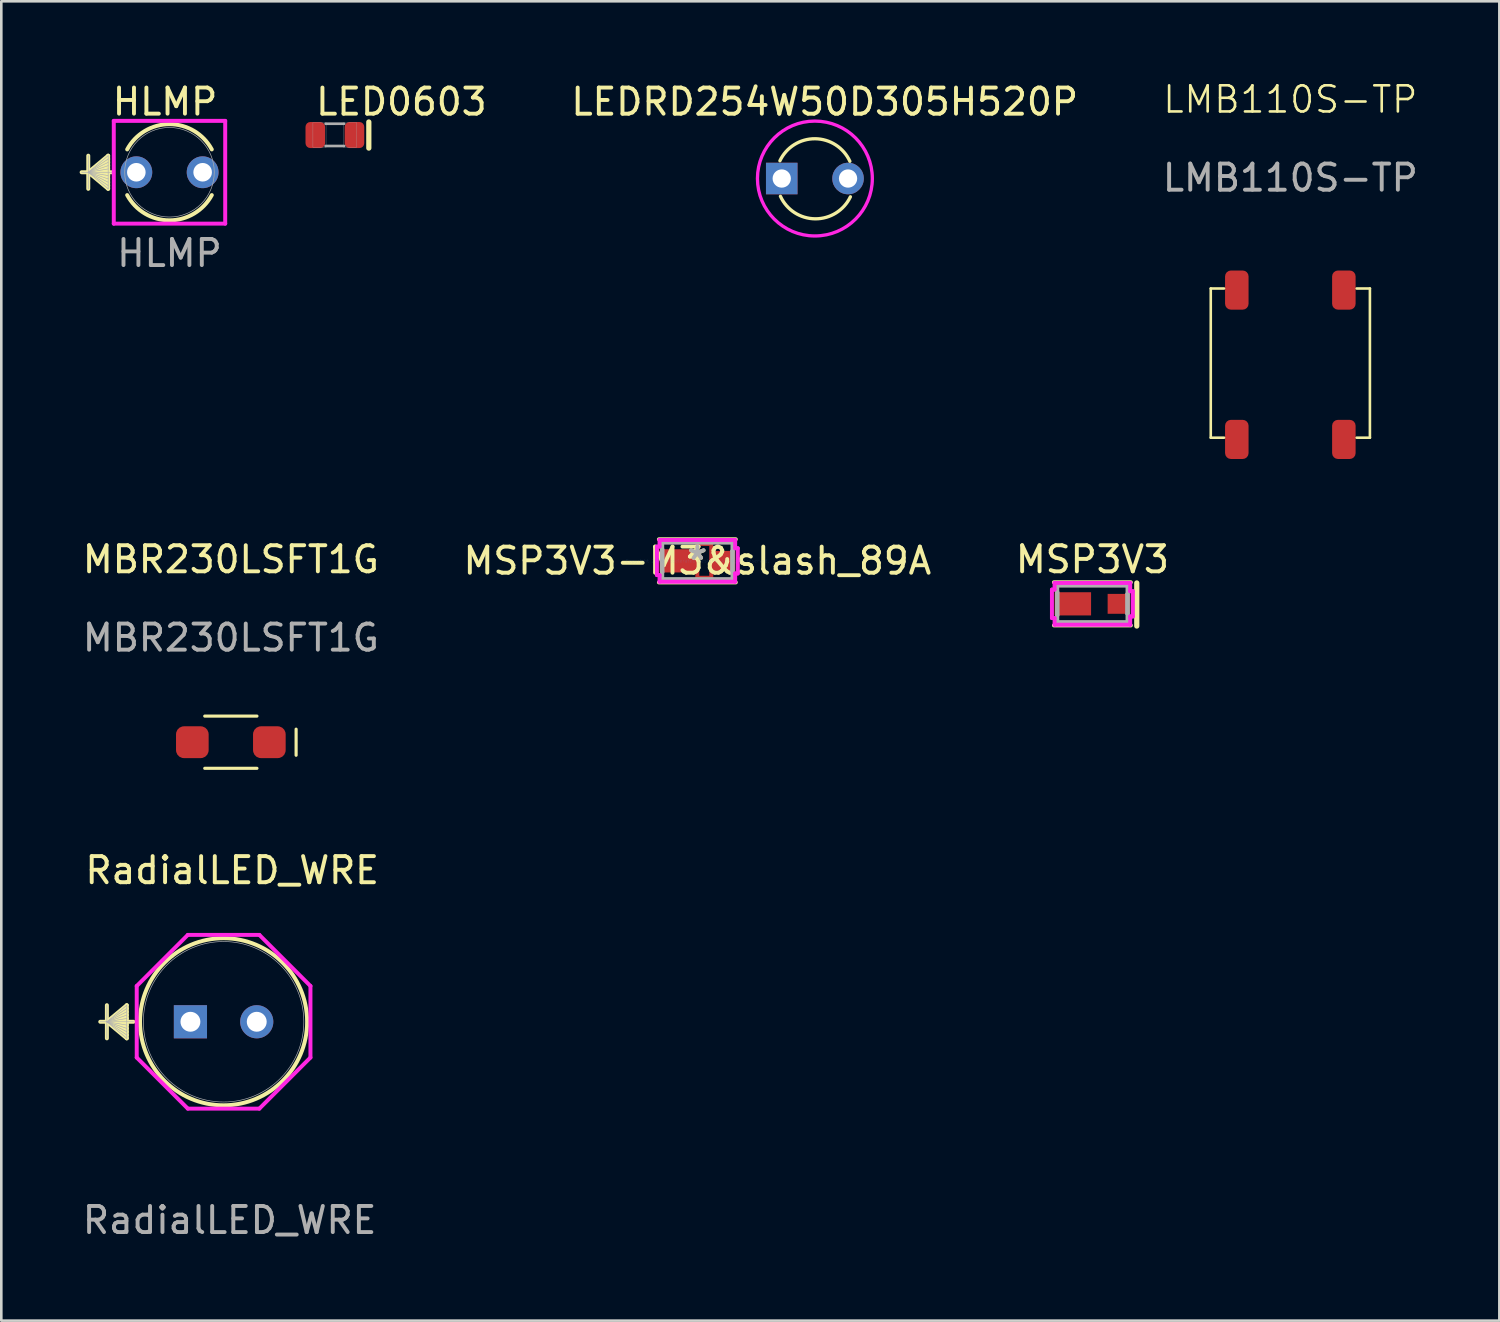
<source format=kicad_pcb>
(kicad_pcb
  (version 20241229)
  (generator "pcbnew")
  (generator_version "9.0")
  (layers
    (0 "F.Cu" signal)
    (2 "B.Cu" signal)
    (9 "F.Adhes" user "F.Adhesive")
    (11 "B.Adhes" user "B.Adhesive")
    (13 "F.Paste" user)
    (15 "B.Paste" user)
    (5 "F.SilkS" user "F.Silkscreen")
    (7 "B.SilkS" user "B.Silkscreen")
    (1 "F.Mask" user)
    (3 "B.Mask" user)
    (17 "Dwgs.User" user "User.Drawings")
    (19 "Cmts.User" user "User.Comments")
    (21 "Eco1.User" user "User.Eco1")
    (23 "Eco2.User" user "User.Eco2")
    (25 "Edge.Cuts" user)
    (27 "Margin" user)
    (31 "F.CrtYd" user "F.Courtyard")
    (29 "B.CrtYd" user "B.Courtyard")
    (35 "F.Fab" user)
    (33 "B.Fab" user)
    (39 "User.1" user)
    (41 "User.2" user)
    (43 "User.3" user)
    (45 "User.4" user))
  (footprint "LMB110S-TP"
    (layer "F.Cu")
    (at 46.374 10.921)
    (property "Reference" "LMB110S-TP" (at 0 -10.16 0) (unlocked yes) (layer "F.SilkS") (effects (font (size 1 1) (thickness 0.1))))
    (attr smd)
    (fp_line (start -3.048 -2.921) (end -3.048 2.794) (stroke (width 0.1) (type default)) (layer "F.SilkS"))
    (fp_line (start -3.048 2.794) (end -2.54 2.794) (stroke (width 0.1) (type default)) (layer "F.SilkS"))
    (fp_line (start -2.54 -2.921) (end -3.048 -2.921) (stroke (width 0.1) (type default)) (layer "F.SilkS"))
    (fp_line (start 2.54 2.794) (end 3.048 2.794) (stroke (width 0.1) (type default)) (layer "F.SilkS"))
    (fp_line (start 3.048 -2.921) (end 2.54 -2.921) (stroke (width 0.1) (type default)) (layer "F.SilkS"))
    (fp_line (start 3.048 2.794) (end 3.048 -2.921) (stroke (width 0.1) (type default)) (layer "F.SilkS"))
    (fp_text user "${REFERENCE}" (at 0 -7.16 0) (unlocked yes) (layer "F.Fab") (effects (font (size 1 1) (thickness 0.15))))
    (pad "1" smd roundrect (at 2.05 -2.86) (size 0.9 1.5) (layers "F.Cu" "F.Mask" "F.Paste") (roundrect_rratio 0.25))
    (pad "2" smd roundrect (at 2.05 2.86) (size 0.9 1.5) (layers "F.Cu" "F.Mask" "F.Paste") (roundrect_rratio 0.25))
    (pad "3" smd roundrect (at -2.05 2.86) (size 0.9 1.5) (layers "F.Cu" "F.Mask" "F.Paste") (roundrect_rratio 0.25))
    (pad "4" smd roundrect (at -2.05 -2.86) (size 0.9 1.5) (layers "F.Cu" "F.Mask" "F.Paste") (roundrect_rratio 0.25)))
  (footprint "LED0603"
    (layer "F.Cu")
    (at 9.777 2.122)
    (property "Reference" "LED0603" (at 2.547 -1.273 0) (layer "F.SilkS") (effects (font (size 1 1) (thickness 0.15))))
    (attr through_hole)
    (fp_line (start 1.3 -0.5) (end 1.3 0.5) (stroke (width 0.2) (type solid)) (layer "F.SilkS"))
    (fp_line (start -0.356 -0.432) (end 0.356 -0.432) (stroke (width 0.102) (type solid)) (layer "F.Fab"))
    (fp_line (start -0.356 0.419) (end 0.356 0.419) (stroke (width 0.102) (type solid)) (layer "F.Fab"))
    (fp_poly (pts (xy -0.841 -0.48) (xy -0.338 -0.48) (xy -0.338 0.471) (xy -0.841 0.471)) (stroke (width 0.01) (type solid)) (fill no) (layer "F.Fab"))
    (fp_poly (pts (xy 0.331 -0.48) (xy 0.83 -0.48) (xy 0.83 0.471) (xy 0.331 0.471)) (stroke (width 0.01) (type solid)) (fill no) (layer "F.Fab"))
    (pad "1" smd roundrect (at -0.75 0) (size 0.75 1) (layers "F.Cu" "F.Mask" "F.Paste") (roundrect_rratio 0.25))
    (pad "2" smd roundrect (at 0.75 0) (size 0.75 1) (layers "F.Cu" "F.Mask" "F.Paste") (roundrect_rratio 0.25)))
  (footprint "MSP3V3-M3&slash_89A"
    (layer "F.Cu")
    (at 23.661 18.432)
    (property "Reference" "MSP3V3-M3&slash_89A" (at 0 0 0) (layer "F.SilkS") (effects (font (size 1 1) (thickness 0.15))))
    (attr through_hole)
    (fp_line (start 0 -0.648) (end 0.533 -0.648) (stroke (width 0.152) (type solid)) (layer "F.Cu"))
    (fp_line (start 0 0.648) (end 0 -0.648) (stroke (width 0.152) (type solid)) (layer "F.Cu"))
    (fp_line (start 0.533 -0.648) (end 0.533 0.648) (stroke (width 0.152) (type solid)) (layer "F.Cu"))
    (fp_line (start 0.533 0.648) (end 0 0.648) (stroke (width 0.152) (type solid)) (layer "F.Cu"))
    (fp_line (start -1.473 0.826) (end 1.473 0.826) (stroke (width 0.152) (type solid)) (layer "F.SilkS"))
    (fp_line (start 1.473 -0.826) (end -1.473 -0.826) (stroke (width 0.152) (type solid)) (layer "F.SilkS"))
    (fp_line (start -1.549 -0.546) (end -1.448 -0.546) (stroke (width 0.152) (type solid)) (layer "F.CrtYd"))
    (fp_line (start -1.549 0.546) (end -1.549 -0.546) (stroke (width 0.152) (type solid)) (layer "F.CrtYd"))
    (fp_line (start -1.448 -0.8) (end 1.448 -0.8) (stroke (width 0.152) (type solid)) (layer "F.CrtYd"))
    (fp_line (start -1.448 -0.546) (end -1.448 -0.8) (stroke (width 0.152) (type solid)) (layer "F.CrtYd"))
    (fp_line (start -1.448 0.546) (end -1.549 0.546) (stroke (width 0.152) (type solid)) (layer "F.CrtYd"))
    (fp_line (start -1.448 0.8) (end -1.448 0.546) (stroke (width 0.152) (type solid)) (layer "F.CrtYd"))
    (fp_line (start 1.448 -0.8) (end 1.448 -0.483) (stroke (width 0.152) (type solid)) (layer "F.CrtYd"))
    (fp_line (start 1.448 -0.483) (end 1.549 -0.483) (stroke (width 0.152) (type solid)) (layer "F.CrtYd"))
    (fp_line (start 1.448 0.483) (end 1.448 0.8) (stroke (width 0.152) (type solid)) (layer "F.CrtYd"))
    (fp_line (start 1.448 0.8) (end -1.448 0.8) (stroke (width 0.152) (type solid)) (layer "F.CrtYd"))
    (fp_line (start 1.549 -0.483) (end 1.549 0.483) (stroke (width 0.152) (type solid)) (layer "F.CrtYd"))
    (fp_line (start 1.549 0.483) (end 1.448 0.483) (stroke (width 0.152) (type solid)) (layer "F.CrtYd"))
    (fp_line (start -1.346 -0.699) (end -1.346 0.699) (stroke (width 0.152) (type solid)) (layer "F.Fab"))
    (fp_line (start -1.346 -0.445) (end -1.346 -0.445) (stroke (width 0.152) (type solid)) (layer "F.Fab"))
    (fp_line (start -1.346 -0.445) (end -1.346 0.445) (stroke (width 0.152) (type solid)) (layer "F.Fab"))
    (fp_line (start -1.346 0.445) (end -1.346 -0.445) (stroke (width 0.152) (type solid)) (layer "F.Fab"))
    (fp_line (start -1.346 0.445) (end -1.346 0.445) (stroke (width 0.152) (type solid)) (layer "F.Fab"))
    (fp_line (start -1.346 0.699) (end 1.346 0.699) (stroke (width 0.152) (type solid)) (layer "F.Fab"))
    (fp_line (start 1.346 -0.699) (end -1.346 -0.699) (stroke (width 0.152) (type solid)) (layer "F.Fab"))
    (fp_line (start 1.346 -0.381) (end 1.346 -0.381) (stroke (width 0.152) (type solid)) (layer "F.Fab"))
    (fp_line (start 1.346 -0.381) (end 1.346 0.381) (stroke (width 0.152) (type solid)) (layer "F.Fab"))
    (fp_line (start 1.346 0.381) (end 1.346 -0.381) (stroke (width 0.152) (type solid)) (layer "F.Fab"))
    (fp_line (start 1.346 0.381) (end 1.346 0.381) (stroke (width 0.152) (type solid)) (layer "F.Fab"))
    (fp_line (start 1.346 0.699) (end 1.346 -0.699) (stroke (width 0.152) (type solid)) (layer "F.Fab"))
    (fp_text user "*" (at 0 0 0) (layer "F.SilkS") (effects (font (size 1 1) (thickness 0.15))))
    (fp_text user "Copyright 2016 Accelerated Designs. All rights reserved." (at 0 0 0) (layer "Cmts.User") (effects (font (size 0.127 0.127) (thickness 0.002))))
    (fp_text user "*" (at 0 0 0) (layer "F.Fab") (effects (font (size 1 1) (thickness 0.15))))
    (pad "1" smd rect (at -0.749 0) (size 1.397 0.889) (layers "F.Cu" "F.Mask" "F.Paste"))
    (pad "2" smd rect (at 1.016 0) (size 0.864 0.762) (layers "F.Cu" "F.Mask" "F.Paste")))
  (footprint "LEDRD254W50D305H520P"
    (layer "F.Cu")
    (at 28.163 3.788)
    (property "Reference" "LEDRD254W50D305H520P" (at 0.376 -2.939 0) (layer "F.SilkS") (effects (font (size 1.001 1.001) (thickness 0.15))))
    (attr through_hole)
    (fp_arc (start -1.34 -0.68) (mid 0.006371 -1.523674) (end 1.34 -0.66) (stroke (width 0.127) (type solid)) (layer "F.SilkS"))
    (fp_arc (start 1.36 0.7) (mid 0.013629 1.543674) (end -1.32 0.68) (stroke (width 0.127) (type solid)) (layer "F.SilkS"))
    (fp_circle (center 0 0) (end 2.2 0) (stroke (width 0.127) (type solid)) (fill no) (layer "F.CrtYd"))
    (pad "1" thru_hole rect (at -1.27 0) (size 1.208 1.208) (drill 0.7) (layers "*.Cu" "*.Mask"))
    (pad "2" thru_hole circle (at 1.27 0) (size 1.208 1.208) (drill 0.7) (layers "*.Cu" "*.Mask")))
  (footprint "MSP3V3"
    (layer "F.Cu")
    (at 38.792 20.079)
    (property "Reference" "MSP3V3" (at 0 -1.7 0) (layer "F.SilkS") (effects (font (size 1 1) (thickness 0.15))))
    (attr through_hole)
    (fp_line (start -1.473 0.826) (end 1.473 0.826) (stroke (width 0.152) (type solid)) (layer "F.SilkS"))
    (fp_line (start 1.473 -0.826) (end -1.473 -0.826) (stroke (width 0.152) (type solid)) (layer "F.SilkS"))
    (fp_line (start 1.7 0.85) (end 1.7 -0.8) (stroke (width 0.2) (type solid)) (layer "F.SilkS"))
    (fp_line (start -1.549 -0.546) (end -1.448 -0.546) (stroke (width 0.152) (type solid)) (layer "F.CrtYd"))
    (fp_line (start -1.549 0.546) (end -1.549 -0.546) (stroke (width 0.152) (type solid)) (layer "F.CrtYd"))
    (fp_line (start -1.448 -0.8) (end 1.448 -0.8) (stroke (width 0.152) (type solid)) (layer "F.CrtYd"))
    (fp_line (start -1.448 -0.546) (end -1.448 -0.8) (stroke (width 0.152) (type solid)) (layer "F.CrtYd"))
    (fp_line (start -1.448 0.546) (end -1.549 0.546) (stroke (width 0.152) (type solid)) (layer "F.CrtYd"))
    (fp_line (start -1.448 0.8) (end -1.448 0.546) (stroke (width 0.152) (type solid)) (layer "F.CrtYd"))
    (fp_line (start 1.448 -0.8) (end 1.448 -0.483) (stroke (width 0.152) (type solid)) (layer "F.CrtYd"))
    (fp_line (start 1.448 -0.483) (end 1.549 -0.483) (stroke (width 0.152) (type solid)) (layer "F.CrtYd"))
    (fp_line (start 1.448 0.483) (end 1.448 0.8) (stroke (width 0.152) (type solid)) (layer "F.CrtYd"))
    (fp_line (start 1.448 0.8) (end -1.448 0.8) (stroke (width 0.152) (type solid)) (layer "F.CrtYd"))
    (fp_line (start 1.549 -0.483) (end 1.549 0.483) (stroke (width 0.152) (type solid)) (layer "F.CrtYd"))
    (fp_line (start 1.549 0.483) (end 1.448 0.483) (stroke (width 0.152) (type solid)) (layer "F.CrtYd"))
    (fp_line (start -1.346 -0.699) (end -1.346 0.699) (stroke (width 0.152) (type solid)) (layer "F.Fab"))
    (fp_line (start -1.346 -0.445) (end -1.346 -0.445) (stroke (width 0.152) (type solid)) (layer "F.Fab"))
    (fp_line (start -1.346 -0.445) (end -1.346 0.445) (stroke (width 0.152) (type solid)) (layer "F.Fab"))
    (fp_line (start -1.346 0.445) (end -1.346 -0.445) (stroke (width 0.152) (type solid)) (layer "F.Fab"))
    (fp_line (start -1.346 0.445) (end -1.346 0.445) (stroke (width 0.152) (type solid)) (layer "F.Fab"))
    (fp_line (start -1.346 0.699) (end 1.346 0.699) (stroke (width 0.152) (type solid)) (layer "F.Fab"))
    (fp_line (start 1.346 -0.699) (end -1.346 -0.699) (stroke (width 0.152) (type solid)) (layer "F.Fab"))
    (fp_line (start 1.346 -0.381) (end 1.346 -0.381) (stroke (width 0.152) (type solid)) (layer "F.Fab"))
    (fp_line (start 1.346 -0.381) (end 1.346 0.381) (stroke (width 0.152) (type solid)) (layer "F.Fab"))
    (fp_line (start 1.346 0.381) (end 1.346 -0.381) (stroke (width 0.152) (type solid)) (layer "F.Fab"))
    (fp_line (start 1.346 0.381) (end 1.346 0.381) (stroke (width 0.152) (type solid)) (layer "F.Fab"))
    (fp_line (start 1.346 0.699) (end 1.346 -0.699) (stroke (width 0.152) (type solid)) (layer "F.Fab"))
    (pad "1" smd rect (at -0.749 0) (size 1.397 0.889) (layers "F.Cu" "F.Mask" "F.Paste"))
    (pad "2" smd rect (at 1.016 0) (size 0.864 0.762) (layers "F.Cu" "F.Mask" "F.Paste")))
  (footprint "HLMP"
    (layer "F.Cu")
    (at 2.172 3.548)
    (property "Reference" "HLMP" (at 1.1 -2.7 0) (unlocked yes) (layer "F.SilkS") (effects (font (size 1 1) (thickness 0.15))))
    (attr through_hole)
    (fp_line (start -1.841 -0.635) (end -1.841 0.635) (stroke (width 0.152) (type solid)) (layer "F.SilkS"))
    (fp_line (start -1.841 0) (end -1.079 -0.635) (stroke (width 0.152) (type solid)) (layer "F.SilkS"))
    (fp_line (start -1.841 0) (end -1.079 -0.508) (stroke (width 0.152) (type solid)) (layer "F.SilkS"))
    (fp_line (start -1.841 0) (end -1.079 -0.381) (stroke (width 0.152) (type solid)) (layer "F.SilkS"))
    (fp_line (start -1.841 0) (end -1.079 -0.254) (stroke (width 0.152) (type solid)) (layer "F.SilkS"))
    (fp_line (start -1.841 0) (end -1.079 -0.127) (stroke (width 0.152) (type solid)) (layer "F.SilkS"))
    (fp_line (start -1.841 0) (end -1.079 0.127) (stroke (width 0.152) (type solid)) (layer "F.SilkS"))
    (fp_line (start -1.841 0) (end -1.079 0.254) (stroke (width 0.152) (type solid)) (layer "F.SilkS"))
    (fp_line (start -1.841 0) (end -1.079 0.381) (stroke (width 0.152) (type solid)) (layer "F.SilkS"))
    (fp_line (start -1.841 0) (end -1.079 0.508) (stroke (width 0.152) (type solid)) (layer "F.SilkS"))
    (fp_line (start -1.841 0) (end -1.079 0.635) (stroke (width 0.152) (type solid)) (layer "F.SilkS"))
    (fp_line (start -1.079 -0.635) (end -1.079 0.635) (stroke (width 0.152) (type solid)) (layer "F.SilkS"))
    (fp_line (start -0.942 0) (end -2.095 0) (stroke (width 0.152) (type solid)) (layer "F.SilkS"))
    (fp_arc (start -0.350479 -0.874739) (mid 1.27 -1.8415) (end 2.890479 -0.874739) (stroke (width 0.1524) (type solid)) (layer "F.SilkS"))
    (fp_arc (start 2.890479 0.874739) (mid 1.27 1.8415) (end -0.350479 0.87474) (stroke (width 0.1524) (type solid)) (layer "F.SilkS"))
    (fp_line (start -0.864 -1.968) (end 3.404 -1.968) (stroke (width 0.152) (type solid)) (layer "F.CrtYd"))
    (fp_line (start -0.864 1.968) (end -0.864 -1.968) (stroke (width 0.152) (type solid)) (layer "F.CrtYd"))
    (fp_line (start 3.404 -1.968) (end 3.404 1.968) (stroke (width 0.152) (type solid)) (layer "F.CrtYd"))
    (fp_line (start 3.404 1.968) (end -0.864 1.968) (stroke (width 0.152) (type solid)) (layer "F.CrtYd"))
    (fp_line (start -1.841 -0.635) (end -1.841 0.635) (stroke (width 0.025) (type solid)) (layer "F.Fab"))
    (fp_line (start -1.841 0) (end -1.079 -0.635) (stroke (width 0.025) (type solid)) (layer "F.Fab"))
    (fp_line (start -1.841 0) (end -1.079 -0.508) (stroke (width 0.025) (type solid)) (layer "F.Fab"))
    (fp_line (start -1.841 0) (end -1.079 -0.381) (stroke (width 0.025) (type solid)) (layer "F.Fab"))
    (fp_line (start -1.841 0) (end -1.079 -0.254) (stroke (width 0.025) (type solid)) (layer "F.Fab"))
    (fp_line (start -1.841 0) (end -1.079 -0.127) (stroke (width 0.025) (type solid)) (layer "F.Fab"))
    (fp_line (start -1.841 0) (end -1.079 0.127) (stroke (width 0.025) (type solid)) (layer "F.Fab"))
    (fp_line (start -1.841 0) (end -1.079 0.254) (stroke (width 0.025) (type solid)) (layer "F.Fab"))
    (fp_line (start -1.841 0) (end -1.079 0.381) (stroke (width 0.025) (type solid)) (layer "F.Fab"))
    (fp_line (start -1.841 0) (end -1.079 0.508) (stroke (width 0.025) (type solid)) (layer "F.Fab"))
    (fp_line (start -1.841 0) (end -1.079 0.635) (stroke (width 0.025) (type solid)) (layer "F.Fab"))
    (fp_line (start -1.079 -0.635) (end -1.079 0.635) (stroke (width 0.025) (type solid)) (layer "F.Fab"))
    (fp_line (start -0.826 0) (end -2.095 0) (stroke (width 0.025) (type solid)) (layer "F.Fab"))
    (fp_circle (center 1.27 0) (end 2.985 0) (stroke (width 0.025) (type solid)) (fill no) (layer "F.Fab"))
    (fp_text user "${REFERENCE}" (at 1.27 3.1 0) (unlocked yes) (layer "F.Fab") (effects (font (size 1 1) (thickness 0.15))))
    (pad "1" thru_hole circle (at 2.54 0) (size 1.219 1.219) (drill 0.711) (layers "*.Cu" "*.Mask"))
    (pad "2" thru_hole circle (at 0 0) (size 1.219 1.219) (drill 0.711) (layers "*.Cu" "*.Mask")))
  (footprint "RadialLED_WRE"
    (layer "F.Cu")
    (at 4.244 36.087)
    (property "Reference" "RadialLED_WRE" (at 1.6 -5.8 0) (unlocked yes) (layer "F.SilkS") (effects (font (size 1 1) (thickness 0.15))))
    (attr through_hole)
    (fp_line (start -3.2 -0.635) (end -3.2 0.635) (stroke (width 0.152) (type solid)) (layer "F.SilkS"))
    (fp_line (start -3.2 0) (end -2.438 -0.635) (stroke (width 0.152) (type solid)) (layer "F.SilkS"))
    (fp_line (start -3.2 0) (end -2.438 -0.508) (stroke (width 0.152) (type solid)) (layer "F.SilkS"))
    (fp_line (start -3.2 0) (end -2.438 -0.381) (stroke (width 0.152) (type solid)) (layer "F.SilkS"))
    (fp_line (start -3.2 0) (end -2.438 -0.254) (stroke (width 0.152) (type solid)) (layer "F.SilkS"))
    (fp_line (start -3.2 0) (end -2.438 -0.127) (stroke (width 0.152) (type solid)) (layer "F.SilkS"))
    (fp_line (start -3.2 0) (end -2.438 0.127) (stroke (width 0.152) (type solid)) (layer "F.SilkS"))
    (fp_line (start -3.2 0) (end -2.438 0.254) (stroke (width 0.152) (type solid)) (layer "F.SilkS"))
    (fp_line (start -3.2 0) (end -2.438 0.381) (stroke (width 0.152) (type solid)) (layer "F.SilkS"))
    (fp_line (start -3.2 0) (end -2.438 0.508) (stroke (width 0.152) (type solid)) (layer "F.SilkS"))
    (fp_line (start -3.2 0) (end -2.438 0.635) (stroke (width 0.152) (type solid)) (layer "F.SilkS"))
    (fp_line (start -2.438 -0.635) (end -2.438 0.635) (stroke (width 0.152) (type solid)) (layer "F.SilkS"))
    (fp_line (start -2.184 0) (end -3.454 0) (stroke (width 0.152) (type solid)) (layer "F.SilkS"))
    (fp_circle (center 1.27 0) (end 4.47 0) (stroke (width 0.152) (type solid)) (fill no) (layer "F.SilkS"))
    (fp_line (start -2.057 -1.37) (end -0.1 -3.327) (stroke (width 0.152) (type solid)) (layer "F.CrtYd"))
    (fp_line (start -2.057 1.37) (end -2.057 -1.37) (stroke (width 0.152) (type solid)) (layer "F.CrtYd"))
    (fp_line (start -0.1 -3.327) (end 2.64 -3.327) (stroke (width 0.152) (type solid)) (layer "F.CrtYd"))
    (fp_line (start -0.1 3.327) (end -2.057 1.37) (stroke (width 0.152) (type solid)) (layer "F.CrtYd"))
    (fp_line (start 2.64 -3.327) (end 4.597 -1.37) (stroke (width 0.152) (type solid)) (layer "F.CrtYd"))
    (fp_line (start 2.64 3.327) (end -0.1 3.327) (stroke (width 0.152) (type solid)) (layer "F.CrtYd"))
    (fp_line (start 4.597 -1.37) (end 4.597 1.37) (stroke (width 0.152) (type solid)) (layer "F.CrtYd"))
    (fp_line (start 4.597 1.37) (end 2.64 3.327) (stroke (width 0.152) (type solid)) (layer "F.CrtYd"))
    (fp_line (start -3.2 -0.635) (end -3.2 0.635) (stroke (width 0.025) (type solid)) (layer "F.Fab"))
    (fp_line (start -3.2 0) (end -2.438 -0.635) (stroke (width 0.025) (type solid)) (layer "F.Fab"))
    (fp_line (start -3.2 0) (end -2.438 -0.508) (stroke (width 0.025) (type solid)) (layer "F.Fab"))
    (fp_line (start -3.2 0) (end -2.438 -0.381) (stroke (width 0.025) (type solid)) (layer "F.Fab"))
    (fp_line (start -3.2 0) (end -2.438 -0.254) (stroke (width 0.025) (type solid)) (layer "F.Fab"))
    (fp_line (start -3.2 0) (end -2.438 -0.127) (stroke (width 0.025) (type solid)) (layer "F.Fab"))
    (fp_line (start -3.2 0) (end -2.438 0.127) (stroke (width 0.025) (type solid)) (layer "F.Fab"))
    (fp_line (start -3.2 0) (end -2.438 0.254) (stroke (width 0.025) (type solid)) (layer "F.Fab"))
    (fp_line (start -3.2 0) (end -2.438 0.381) (stroke (width 0.025) (type solid)) (layer "F.Fab"))
    (fp_line (start -3.2 0) (end -2.438 0.508) (stroke (width 0.025) (type solid)) (layer "F.Fab"))
    (fp_line (start -3.2 0) (end -2.438 0.635) (stroke (width 0.025) (type solid)) (layer "F.Fab"))
    (fp_line (start -2.438 -0.635) (end -2.438 0.635) (stroke (width 0.025) (type solid)) (layer "F.Fab"))
    (fp_line (start -2.184 0) (end -3.454 0) (stroke (width 0.025) (type solid)) (layer "F.Fab"))
    (fp_circle (center 1.27 0) (end 4.343 0) (stroke (width 0.025) (type solid)) (fill no) (layer "F.Fab"))
    (fp_text user "${REFERENCE}" (at 1.5 7.6 0) (unlocked yes) (layer "F.Fab") (effects (font (size 1 1) (thickness 0.15))))
    (pad "1" thru_hole rect (at 0 0) (size 1.27 1.27) (drill 0.762) (layers "*.Cu" "*.Mask"))
    (pad "2" thru_hole circle (at 2.54 0) (size 1.27 1.27) (drill 0.762) (layers "*.Cu" "*.Mask")))
  (footprint "MBR230LSFT1G"
    (layer "F.Cu")
    (at 5.792 25.379)
    (property "Reference" "MBR230LSFT1G" (at 0 -7 0) (unlocked yes) (layer "F.SilkS") (effects (font (size 1 1) (thickness 0.15))))
    (attr smd)
    (fp_line (start -1 1) (end 1 1) (stroke (width 0.12) (type solid)) (layer "F.SilkS"))
    (fp_line (start 1 -1) (end -1 -1) (stroke (width 0.12) (type solid)) (layer "F.SilkS"))
    (fp_line (start 2.5 -0.5) (end 2.5 0.5) (stroke (width 0.12) (type solid)) (layer "F.SilkS"))
    (fp_text user "${REFERENCE}" (at 0 -4 0) (unlocked yes) (layer "F.Fab") (effects (font (size 1 1) (thickness 0.15))))
    (pad "1" smd roundrect (at -1.475 0) (size 1.25 1.22) (layers "F.Cu" "F.Mask" "F.Paste") (roundrect_rratio 0.25))
    (pad "2" smd roundrect (at 1.475 0) (size 1.25 1.22) (layers "F.Cu" "F.Mask" "F.Paste") (roundrect_rratio 0.25)))
  (gr_rect
    (start -3 -3)
    (end 54.38 47.535)
    (stroke (width 0.1) (type default))
    (fill no)
    (layer "Edge.Cuts")))
</source>
